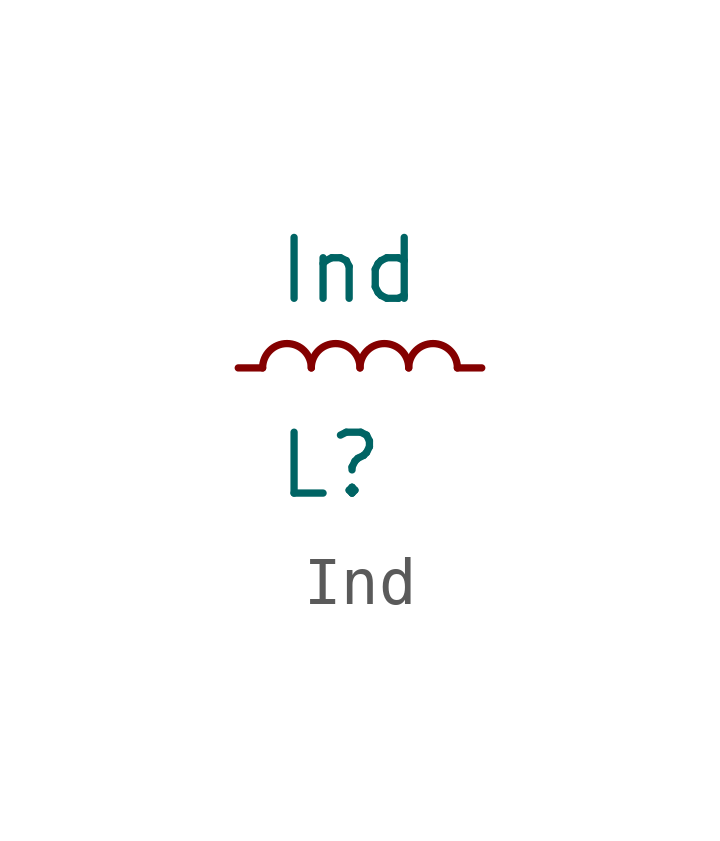
<source format=kicad_sym>
(kicad_symbol_lib
  (version 20241209)
  (generator "kicad_symbol_editor")
  (generator_version "9.0")
  (symbol "Ind"
    (pin_numbers
      (hide yes))
    (pin_names
      (offset 0.254)
      (hide yes))
    (property "Reference" "L"
      (at 0.762 -2.032 0)
      (effects (font (size 1.27 1.27)) (justify left)))
    (property "Value" "Ind"
      (at 0.762 2.032 0)
      (effects (font (size 1.27 1.27)) (justify left)))
    (symbol "Ind_0_1"
      (arc (start 0.508 0) (mid 1.016 0.5058) (end 1.524 0) (stroke (width 0) (type default)) (fill (type none)))
      (arc (start 1.524 0) (mid 2.032 0.5058) (end 2.54 0) (stroke (width 0) (type default)) (fill (type none)))
      (arc (start 2.54 0) (mid 3.048 0.5058) (end 3.556 0) (stroke (width 0) (type default)) (fill (type none)))
      (arc (start 3.556 0) (mid 4.064 0.5058) (end 4.572 0) (stroke (width 0) (type default)) (fill (type none))))
    (symbol "Ind_1_1"
      (pin passive line (at 0 0 0) (length 0.508) (name "~" (effects (font (size 1.27 1.27)))) (number "1" (effects (font (size 1.27 1.27)))))
      (pin passive line (at 5.08 0 180) (length 0.508) (name "~" (effects (font (size 1.27 1.27)))) (number "2" (effects (font (size 1.27 1.27))))))))
</source>
